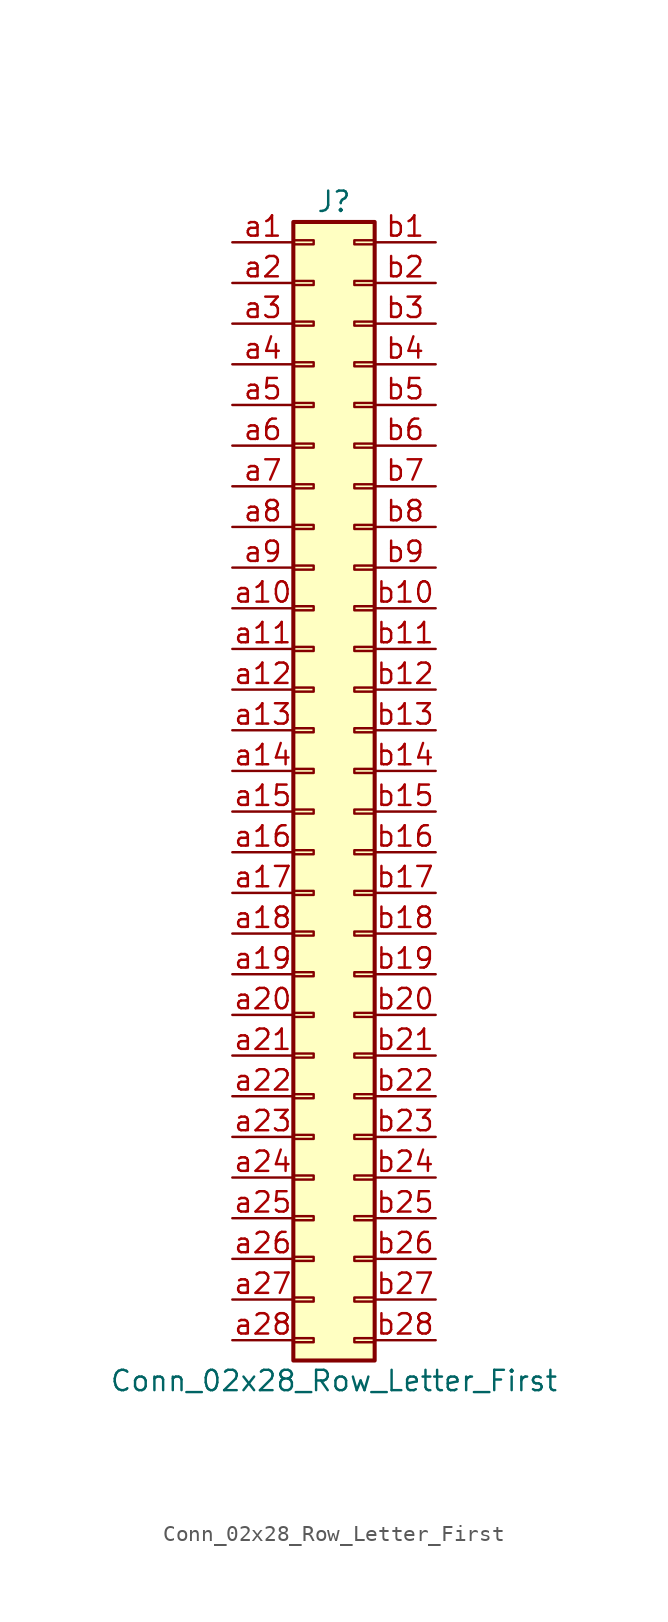
<source format=kicad_sym>
(kicad_symbol_lib
  (version 20220914)
  (generator kicad_symbol_editor)
  (symbol "Conn_02x28_Row_Letter_First"
    (pin_names
      (offset 1.016) hide)
    (property "Reference" "J"
      (at 1.27 35.56 0)
      (effects (font (size 1.27 1.27))))
    (property "Value" "Conn_02x28_Row_Letter_First"
      (at 1.27 -38.1 0)
      (effects (font (size 1.27 1.27))))
    (symbol "Conn_02x28_Row_Letter_First_1_1"
      (rectangle (start -1.27 -35.433) (end 0 -35.687) (stroke (width 0.152) (type solid)) (fill (type none)))
      (rectangle (start -1.27 -32.893) (end 0 -33.147) (stroke (width 0.152) (type solid)) (fill (type none)))
      (rectangle (start -1.27 -30.353) (end 0 -30.607) (stroke (width 0.152) (type solid)) (fill (type none)))
      (rectangle (start -1.27 -27.813) (end 0 -28.067) (stroke (width 0.152) (type solid)) (fill (type none)))
      (rectangle (start -1.27 -25.273) (end 0 -25.527) (stroke (width 0.152) (type solid)) (fill (type none)))
      (rectangle (start -1.27 -22.733) (end 0 -22.987) (stroke (width 0.152) (type solid)) (fill (type none)))
      (rectangle (start -1.27 -20.193) (end 0 -20.447) (stroke (width 0.152) (type solid)) (fill (type none)))
      (rectangle (start -1.27 -17.653) (end 0 -17.907) (stroke (width 0.152) (type solid)) (fill (type none)))
      (rectangle (start -1.27 -15.113) (end 0 -15.367) (stroke (width 0.152) (type solid)) (fill (type none)))
      (rectangle (start -1.27 -12.573) (end 0 -12.827) (stroke (width 0.152) (type solid)) (fill (type none)))
      (rectangle (start -1.27 -10.033) (end 0 -10.287) (stroke (width 0.152) (type solid)) (fill (type none)))
      (rectangle (start -1.27 -7.493) (end 0 -7.747) (stroke (width 0.152) (type solid)) (fill (type none)))
      (rectangle (start -1.27 -4.953) (end 0 -5.207) (stroke (width 0.152) (type solid)) (fill (type none)))
      (rectangle (start -1.27 -2.413) (end 0 -2.667) (stroke (width 0.152) (type solid)) (fill (type none)))
      (rectangle (start -1.27 0.127) (end 0 -0.127) (stroke (width 0.152) (type solid)) (fill (type none)))
      (rectangle (start -1.27 2.667) (end 0 2.413) (stroke (width 0.152) (type solid)) (fill (type none)))
      (rectangle (start -1.27 5.207) (end 0 4.953) (stroke (width 0.152) (type solid)) (fill (type none)))
      (rectangle (start -1.27 7.747) (end 0 7.493) (stroke (width 0.152) (type solid)) (fill (type none)))
      (rectangle (start -1.27 10.287) (end 0 10.033) (stroke (width 0.152) (type solid)) (fill (type none)))
      (rectangle (start -1.27 12.827) (end 0 12.573) (stroke (width 0.152) (type solid)) (fill (type none)))
      (rectangle (start -1.27 15.367) (end 0 15.113) (stroke (width 0.152) (type solid)) (fill (type none)))
      (rectangle (start -1.27 17.907) (end 0 17.653) (stroke (width 0.152) (type solid)) (fill (type none)))
      (rectangle (start -1.27 20.447) (end 0 20.193) (stroke (width 0.152) (type solid)) (fill (type none)))
      (rectangle (start -1.27 22.987) (end 0 22.733) (stroke (width 0.152) (type solid)) (fill (type none)))
      (rectangle (start -1.27 25.527) (end 0 25.273) (stroke (width 0.152) (type solid)) (fill (type none)))
      (rectangle (start -1.27 28.067) (end 0 27.813) (stroke (width 0.152) (type solid)) (fill (type none)))
      (rectangle (start -1.27 30.607) (end 0 30.353) (stroke (width 0.152) (type solid)) (fill (type none)))
      (rectangle (start -1.27 33.147) (end 0 32.893) (stroke (width 0.152) (type solid)) (fill (type none)))
      (rectangle (start -1.27 34.29) (end 3.81 -36.83) (stroke (width 0.254) (type solid)) (fill (type background)))
      (rectangle (start 3.81 -35.433) (end 2.54 -35.687) (stroke (width 0.152) (type solid)) (fill (type none)))
      (rectangle (start 3.81 -32.893) (end 2.54 -33.147) (stroke (width 0.152) (type solid)) (fill (type none)))
      (rectangle (start 3.81 -30.353) (end 2.54 -30.607) (stroke (width 0.152) (type solid)) (fill (type none)))
      (rectangle (start 3.81 -27.813) (end 2.54 -28.067) (stroke (width 0.152) (type solid)) (fill (type none)))
      (rectangle (start 3.81 -25.273) (end 2.54 -25.527) (stroke (width 0.152) (type solid)) (fill (type none)))
      (rectangle (start 3.81 -22.733) (end 2.54 -22.987) (stroke (width 0.152) (type solid)) (fill (type none)))
      (rectangle (start 3.81 -20.193) (end 2.54 -20.447) (stroke (width 0.152) (type solid)) (fill (type none)))
      (rectangle (start 3.81 -17.653) (end 2.54 -17.907) (stroke (width 0.152) (type solid)) (fill (type none)))
      (rectangle (start 3.81 -15.113) (end 2.54 -15.367) (stroke (width 0.152) (type solid)) (fill (type none)))
      (rectangle (start 3.81 -12.573) (end 2.54 -12.827) (stroke (width 0.152) (type solid)) (fill (type none)))
      (rectangle (start 3.81 -10.033) (end 2.54 -10.287) (stroke (width 0.152) (type solid)) (fill (type none)))
      (rectangle (start 3.81 -7.493) (end 2.54 -7.747) (stroke (width 0.152) (type solid)) (fill (type none)))
      (rectangle (start 3.81 -4.953) (end 2.54 -5.207) (stroke (width 0.152) (type solid)) (fill (type none)))
      (rectangle (start 3.81 -2.413) (end 2.54 -2.667) (stroke (width 0.152) (type solid)) (fill (type none)))
      (rectangle (start 3.81 0.127) (end 2.54 -0.127) (stroke (width 0.152) (type solid)) (fill (type none)))
      (rectangle (start 3.81 2.667) (end 2.54 2.413) (stroke (width 0.152) (type solid)) (fill (type none)))
      (rectangle (start 3.81 5.207) (end 2.54 4.953) (stroke (width 0.152) (type solid)) (fill (type none)))
      (rectangle (start 3.81 7.747) (end 2.54 7.493) (stroke (width 0.152) (type solid)) (fill (type none)))
      (rectangle (start 3.81 10.287) (end 2.54 10.033) (stroke (width 0.152) (type solid)) (fill (type none)))
      (rectangle (start 3.81 12.827) (end 2.54 12.573) (stroke (width 0.152) (type solid)) (fill (type none)))
      (rectangle (start 3.81 15.367) (end 2.54 15.113) (stroke (width 0.152) (type solid)) (fill (type none)))
      (rectangle (start 3.81 17.907) (end 2.54 17.653) (stroke (width 0.152) (type solid)) (fill (type none)))
      (rectangle (start 3.81 20.447) (end 2.54 20.193) (stroke (width 0.152) (type solid)) (fill (type none)))
      (rectangle (start 3.81 22.987) (end 2.54 22.733) (stroke (width 0.152) (type solid)) (fill (type none)))
      (rectangle (start 3.81 25.527) (end 2.54 25.273) (stroke (width 0.152) (type solid)) (fill (type none)))
      (rectangle (start 3.81 28.067) (end 2.54 27.813) (stroke (width 0.152) (type solid)) (fill (type none)))
      (rectangle (start 3.81 30.607) (end 2.54 30.353) (stroke (width 0.152) (type solid)) (fill (type none)))
      (rectangle (start 3.81 33.147) (end 2.54 32.893) (stroke (width 0.152) (type solid)) (fill (type none)))
      (pin passive line (at -5.08 33.02 0) (length 3.81) (name "Pin_a1" (effects (font (size 1.27 1.27)))) (number "a1" (effects (font (size 1.27 1.27)))))
      (pin passive line (at -5.08 10.16 0) (length 3.81) (name "Pin_a10" (effects (font (size 1.27 1.27)))) (number "a10" (effects (font (size 1.27 1.27)))))
      (pin passive line (at -5.08 7.62 0) (length 3.81) (name "Pin_a11" (effects (font (size 1.27 1.27)))) (number "a11" (effects (font (size 1.27 1.27)))))
      (pin passive line (at -5.08 5.08 0) (length 3.81) (name "Pin_a12" (effects (font (size 1.27 1.27)))) (number "a12" (effects (font (size 1.27 1.27)))))
      (pin passive line (at -5.08 2.54 0) (length 3.81) (name "Pin_a13" (effects (font (size 1.27 1.27)))) (number "a13" (effects (font (size 1.27 1.27)))))
      (pin passive line (at -5.08 0 0) (length 3.81) (name "Pin_a14" (effects (font (size 1.27 1.27)))) (number "a14" (effects (font (size 1.27 1.27)))))
      (pin passive line (at -5.08 -2.54 0) (length 3.81) (name "Pin_a15" (effects (font (size 1.27 1.27)))) (number "a15" (effects (font (size 1.27 1.27)))))
      (pin passive line (at -5.08 -5.08 0) (length 3.81) (name "Pin_a16" (effects (font (size 1.27 1.27)))) (number "a16" (effects (font (size 1.27 1.27)))))
      (pin passive line (at -5.08 -7.62 0) (length 3.81) (name "Pin_a17" (effects (font (size 1.27 1.27)))) (number "a17" (effects (font (size 1.27 1.27)))))
      (pin passive line (at -5.08 -10.16 0) (length 3.81) (name "Pin_a18" (effects (font (size 1.27 1.27)))) (number "a18" (effects (font (size 1.27 1.27)))))
      (pin passive line (at -5.08 -12.7 0) (length 3.81) (name "Pin_a19" (effects (font (size 1.27 1.27)))) (number "a19" (effects (font (size 1.27 1.27)))))
      (pin passive line (at -5.08 30.48 0) (length 3.81) (name "Pin_a2" (effects (font (size 1.27 1.27)))) (number "a2" (effects (font (size 1.27 1.27)))))
      (pin passive line (at -5.08 -15.24 0) (length 3.81) (name "Pin_a20" (effects (font (size 1.27 1.27)))) (number "a20" (effects (font (size 1.27 1.27)))))
      (pin passive line (at -5.08 -17.78 0) (length 3.81) (name "Pin_a21" (effects (font (size 1.27 1.27)))) (number "a21" (effects (font (size 1.27 1.27)))))
      (pin passive line (at -5.08 -20.32 0) (length 3.81) (name "Pin_a22" (effects (font (size 1.27 1.27)))) (number "a22" (effects (font (size 1.27 1.27)))))
      (pin passive line (at -5.08 -22.86 0) (length 3.81) (name "Pin_a23" (effects (font (size 1.27 1.27)))) (number "a23" (effects (font (size 1.27 1.27)))))
      (pin passive line (at -5.08 -25.4 0) (length 3.81) (name "Pin_a24" (effects (font (size 1.27 1.27)))) (number "a24" (effects (font (size 1.27 1.27)))))
      (pin passive line (at -5.08 -27.94 0) (length 3.81) (name "Pin_a25" (effects (font (size 1.27 1.27)))) (number "a25" (effects (font (size 1.27 1.27)))))
      (pin passive line (at -5.08 -30.48 0) (length 3.81) (name "Pin_a26" (effects (font (size 1.27 1.27)))) (number "a26" (effects (font (size 1.27 1.27)))))
      (pin passive line (at -5.08 -33.02 0) (length 3.81) (name "Pin_a27" (effects (font (size 1.27 1.27)))) (number "a27" (effects (font (size 1.27 1.27)))))
      (pin passive line (at -5.08 -35.56 0) (length 3.81) (name "Pin_a28" (effects (font (size 1.27 1.27)))) (number "a28" (effects (font (size 1.27 1.27)))))
      (pin passive line (at -5.08 27.94 0) (length 3.81) (name "Pin_a3" (effects (font (size 1.27 1.27)))) (number "a3" (effects (font (size 1.27 1.27)))))
      (pin passive line (at -5.08 25.4 0) (length 3.81) (name "Pin_a4" (effects (font (size 1.27 1.27)))) (number "a4" (effects (font (size 1.27 1.27)))))
      (pin passive line (at -5.08 22.86 0) (length 3.81) (name "Pin_a5" (effects (font (size 1.27 1.27)))) (number "a5" (effects (font (size 1.27 1.27)))))
      (pin passive line (at -5.08 20.32 0) (length 3.81) (name "Pin_a6" (effects (font (size 1.27 1.27)))) (number "a6" (effects (font (size 1.27 1.27)))))
      (pin passive line (at -5.08 17.78 0) (length 3.81) (name "Pin_a7" (effects (font (size 1.27 1.27)))) (number "a7" (effects (font (size 1.27 1.27)))))
      (pin passive line (at -5.08 15.24 0) (length 3.81) (name "Pin_a8" (effects (font (size 1.27 1.27)))) (number "a8" (effects (font (size 1.27 1.27)))))
      (pin passive line (at -5.08 12.7 0) (length 3.81) (name "Pin_a9" (effects (font (size 1.27 1.27)))) (number "a9" (effects (font (size 1.27 1.27)))))
      (pin passive line (at 7.62 33.02 180) (length 3.81) (name "Pin_b1" (effects (font (size 1.27 1.27)))) (number "b1" (effects (font (size 1.27 1.27)))))
      (pin passive line (at 7.62 10.16 180) (length 3.81) (name "Pin_b10" (effects (font (size 1.27 1.27)))) (number "b10" (effects (font (size 1.27 1.27)))))
      (pin passive line (at 7.62 7.62 180) (length 3.81) (name "Pin_b11" (effects (font (size 1.27 1.27)))) (number "b11" (effects (font (size 1.27 1.27)))))
      (pin passive line (at 7.62 5.08 180) (length 3.81) (name "Pin_b12" (effects (font (size 1.27 1.27)))) (number "b12" (effects (font (size 1.27 1.27)))))
      (pin passive line (at 7.62 2.54 180) (length 3.81) (name "Pin_b13" (effects (font (size 1.27 1.27)))) (number "b13" (effects (font (size 1.27 1.27)))))
      (pin passive line (at 7.62 0 180) (length 3.81) (name "Pin_b14" (effects (font (size 1.27 1.27)))) (number "b14" (effects (font (size 1.27 1.27)))))
      (pin passive line (at 7.62 -2.54 180) (length 3.81) (name "Pin_b15" (effects (font (size 1.27 1.27)))) (number "b15" (effects (font (size 1.27 1.27)))))
      (pin passive line (at 7.62 -5.08 180) (length 3.81) (name "Pin_b16" (effects (font (size 1.27 1.27)))) (number "b16" (effects (font (size 1.27 1.27)))))
      (pin passive line (at 7.62 -7.62 180) (length 3.81) (name "Pin_b17" (effects (font (size 1.27 1.27)))) (number "b17" (effects (font (size 1.27 1.27)))))
      (pin passive line (at 7.62 -10.16 180) (length 3.81) (name "Pin_b18" (effects (font (size 1.27 1.27)))) (number "b18" (effects (font (size 1.27 1.27)))))
      (pin passive line (at 7.62 -12.7 180) (length 3.81) (name "Pin_b19" (effects (font (size 1.27 1.27)))) (number "b19" (effects (font (size 1.27 1.27)))))
      (pin passive line (at 7.62 30.48 180) (length 3.81) (name "Pin_b2" (effects (font (size 1.27 1.27)))) (number "b2" (effects (font (size 1.27 1.27)))))
      (pin passive line (at 7.62 -15.24 180) (length 3.81) (name "Pin_b20" (effects (font (size 1.27 1.27)))) (number "b20" (effects (font (size 1.27 1.27)))))
      (pin passive line (at 7.62 -17.78 180) (length 3.81) (name "Pin_b21" (effects (font (size 1.27 1.27)))) (number "b21" (effects (font (size 1.27 1.27)))))
      (pin passive line (at 7.62 -20.32 180) (length 3.81) (name "Pin_b22" (effects (font (size 1.27 1.27)))) (number "b22" (effects (font (size 1.27 1.27)))))
      (pin passive line (at 7.62 -22.86 180) (length 3.81) (name "Pin_b23" (effects (font (size 1.27 1.27)))) (number "b23" (effects (font (size 1.27 1.27)))))
      (pin passive line (at 7.62 -25.4 180) (length 3.81) (name "Pin_b24" (effects (font (size 1.27 1.27)))) (number "b24" (effects (font (size 1.27 1.27)))))
      (pin passive line (at 7.62 -27.94 180) (length 3.81) (name "Pin_b25" (effects (font (size 1.27 1.27)))) (number "b25" (effects (font (size 1.27 1.27)))))
      (pin passive line (at 7.62 -30.48 180) (length 3.81) (name "Pin_b26" (effects (font (size 1.27 1.27)))) (number "b26" (effects (font (size 1.27 1.27)))))
      (pin passive line (at 7.62 -33.02 180) (length 3.81) (name "Pin_b27" (effects (font (size 1.27 1.27)))) (number "b27" (effects (font (size 1.27 1.27)))))
      (pin passive line (at 7.62 -35.56 180) (length 3.81) (name "Pin_b28" (effects (font (size 1.27 1.27)))) (number "b28" (effects (font (size 1.27 1.27)))))
      (pin passive line (at 7.62 27.94 180) (length 3.81) (name "Pin_b3" (effects (font (size 1.27 1.27)))) (number "b3" (effects (font (size 1.27 1.27)))))
      (pin passive line (at 7.62 25.4 180) (length 3.81) (name "Pin_b4" (effects (font (size 1.27 1.27)))) (number "b4" (effects (font (size 1.27 1.27)))))
      (pin passive line (at 7.62 22.86 180) (length 3.81) (name "Pin_b5" (effects (font (size 1.27 1.27)))) (number "b5" (effects (font (size 1.27 1.27)))))
      (pin passive line (at 7.62 20.32 180) (length 3.81) (name "Pin_b6" (effects (font (size 1.27 1.27)))) (number "b6" (effects (font (size 1.27 1.27)))))
      (pin passive line (at 7.62 17.78 180) (length 3.81) (name "Pin_b7" (effects (font (size 1.27 1.27)))) (number "b7" (effects (font (size 1.27 1.27)))))
      (pin passive line (at 7.62 15.24 180) (length 3.81) (name "Pin_b8" (effects (font (size 1.27 1.27)))) (number "b8" (effects (font (size 1.27 1.27)))))
      (pin passive line (at 7.62 12.7 180) (length 3.81) (name "Pin_b9" (effects (font (size 1.27 1.27)))) (number "b9" (effects (font (size 1.27 1.27))))))))
</source>
